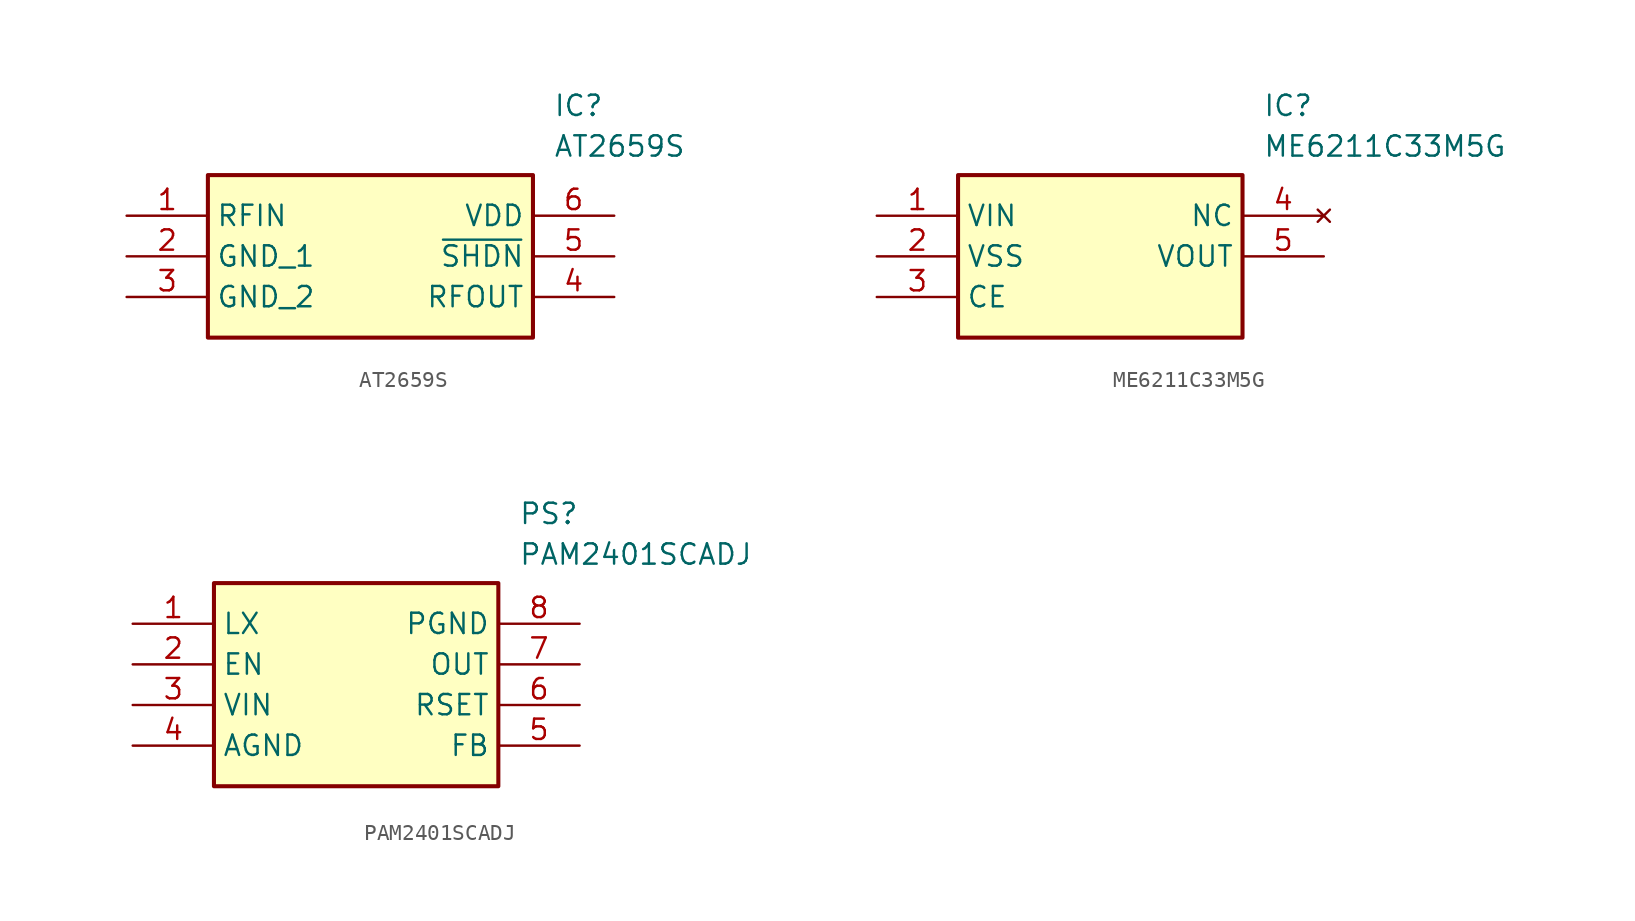
<source format=kicad_sym>
(kicad_symbol_lib
  (version 20220914)
  (generator SamacSys_ECAD_Model)
  (symbol "AT2659S"
    (property "Reference" "IC"
      (at 26.67 7.62 0)
      (effects (font (size 1.27 1.27)) (justify left top)))
    (property "Value" "AT2659S"
      (at 26.67 5.08 0)
      (effects (font (size 1.27 1.27)) (justify left top)))
    (rectangle
      (start 5.08 2.54)
      (end 25.4 -7.62)
      (stroke (width 0.254) (type default))
      (fill (type background)))
    (pin passive line
      (at 0 0 0)
      (length 5.08)
      (name "RFIN" (effects (font (size 1.27 1.27))))
      (number "1" (effects (font (size 1.27 1.27)))))
    (pin passive line
      (at 0 -2.54 0)
      (length 5.08)
      (name "GND_1" (effects (font (size 1.27 1.27))))
      (number "2" (effects (font (size 1.27 1.27)))))
    (pin passive line
      (at 0 -5.08 0)
      (length 5.08)
      (name "GND_2" (effects (font (size 1.27 1.27))))
      (number "3" (effects (font (size 1.27 1.27)))))
    (pin passive line
      (at 30.48 0 180)
      (length 5.08)
      (name "VDD" (effects (font (size 1.27 1.27))))
      (number "6" (effects (font (size 1.27 1.27)))))
    (pin passive line
      (at 30.48 -2.54 180)
      (length 5.08)
      (name "~{SHDN}" (effects (font (size 1.27 1.27))))
      (number "5" (effects (font (size 1.27 1.27)))))
    (pin passive line
      (at 30.48 -5.08 180)
      (length 5.08)
      (name "RFOUT" (effects (font (size 1.27 1.27))))
      (number "4" (effects (font (size 1.27 1.27))))))
  (symbol "ME6211C33M5G"
    (property "Reference" "IC"
      (at 24.13 7.62 0)
      (effects (font (size 1.27 1.27)) (justify left top)))
    (property "Value" "ME6211C33M5G"
      (at 24.13 5.08 0)
      (effects (font (size 1.27 1.27)) (justify left top)))
    (rectangle
      (start 5.08 2.54)
      (end 22.86 -7.62)
      (stroke (width 0.254) (type default))
      (fill (type background)))
    (pin passive line
      (at 0 0 0)
      (length 5.08)
      (name "VIN" (effects (font (size 1.27 1.27))))
      (number "1" (effects (font (size 1.27 1.27)))))
    (pin passive line
      (at 0 -2.54 0)
      (length 5.08)
      (name "VSS" (effects (font (size 1.27 1.27))))
      (number "2" (effects (font (size 1.27 1.27)))))
    (pin passive line
      (at 0 -5.08 0)
      (length 5.08)
      (name "CE" (effects (font (size 1.27 1.27))))
      (number "3" (effects (font (size 1.27 1.27)))))
    (pin no_connect line
      (at 27.94 0 180)
      (length 5.08)
      (name "NC" (effects (font (size 1.27 1.27))))
      (number "4" (effects (font (size 1.27 1.27)))))
    (pin passive line
      (at 27.94 -2.54 180)
      (length 5.08)
      (name "VOUT" (effects (font (size 1.27 1.27))))
      (number "5" (effects (font (size 1.27 1.27))))))
  (symbol "PAM2401SCADJ"
    (property "Reference" "PS"
      (at 24.13 7.62 0)
      (effects (font (size 1.27 1.27)) (justify left top)))
    (property "Value" "PAM2401SCADJ"
      (at 24.13 5.08 0)
      (effects (font (size 1.27 1.27)) (justify left top)))
    (rectangle
      (start 5.08 2.54)
      (end 22.86 -10.16)
      (stroke (width 0.254) (type default))
      (fill (type background)))
    (pin passive line
      (at 0 0 0)
      (length 5.08)
      (name "LX" (effects (font (size 1.27 1.27))))
      (number "1" (effects (font (size 1.27 1.27)))))
    (pin passive line
      (at 0 -2.54 0)
      (length 5.08)
      (name "EN" (effects (font (size 1.27 1.27))))
      (number "2" (effects (font (size 1.27 1.27)))))
    (pin passive line
      (at 0 -5.08 0)
      (length 5.08)
      (name "VIN" (effects (font (size 1.27 1.27))))
      (number "3" (effects (font (size 1.27 1.27)))))
    (pin passive line
      (at 0 -7.62 0)
      (length 5.08)
      (name "AGND" (effects (font (size 1.27 1.27))))
      (number "4" (effects (font (size 1.27 1.27)))))
    (pin passive line
      (at 27.94 0 180)
      (length 5.08)
      (name "PGND" (effects (font (size 1.27 1.27))))
      (number "8" (effects (font (size 1.27 1.27)))))
    (pin passive line
      (at 27.94 -2.54 180)
      (length 5.08)
      (name "OUT" (effects (font (size 1.27 1.27))))
      (number "7" (effects (font (size 1.27 1.27)))))
    (pin passive line
      (at 27.94 -5.08 180)
      (length 5.08)
      (name "RSET" (effects (font (size 1.27 1.27))))
      (number "6" (effects (font (size 1.27 1.27)))))
    (pin passive line
      (at 27.94 -7.62 180)
      (length 5.08)
      (name "FB" (effects (font (size 1.27 1.27))))
      (number "5" (effects (font (size 1.27 1.27)))))))
</source>
